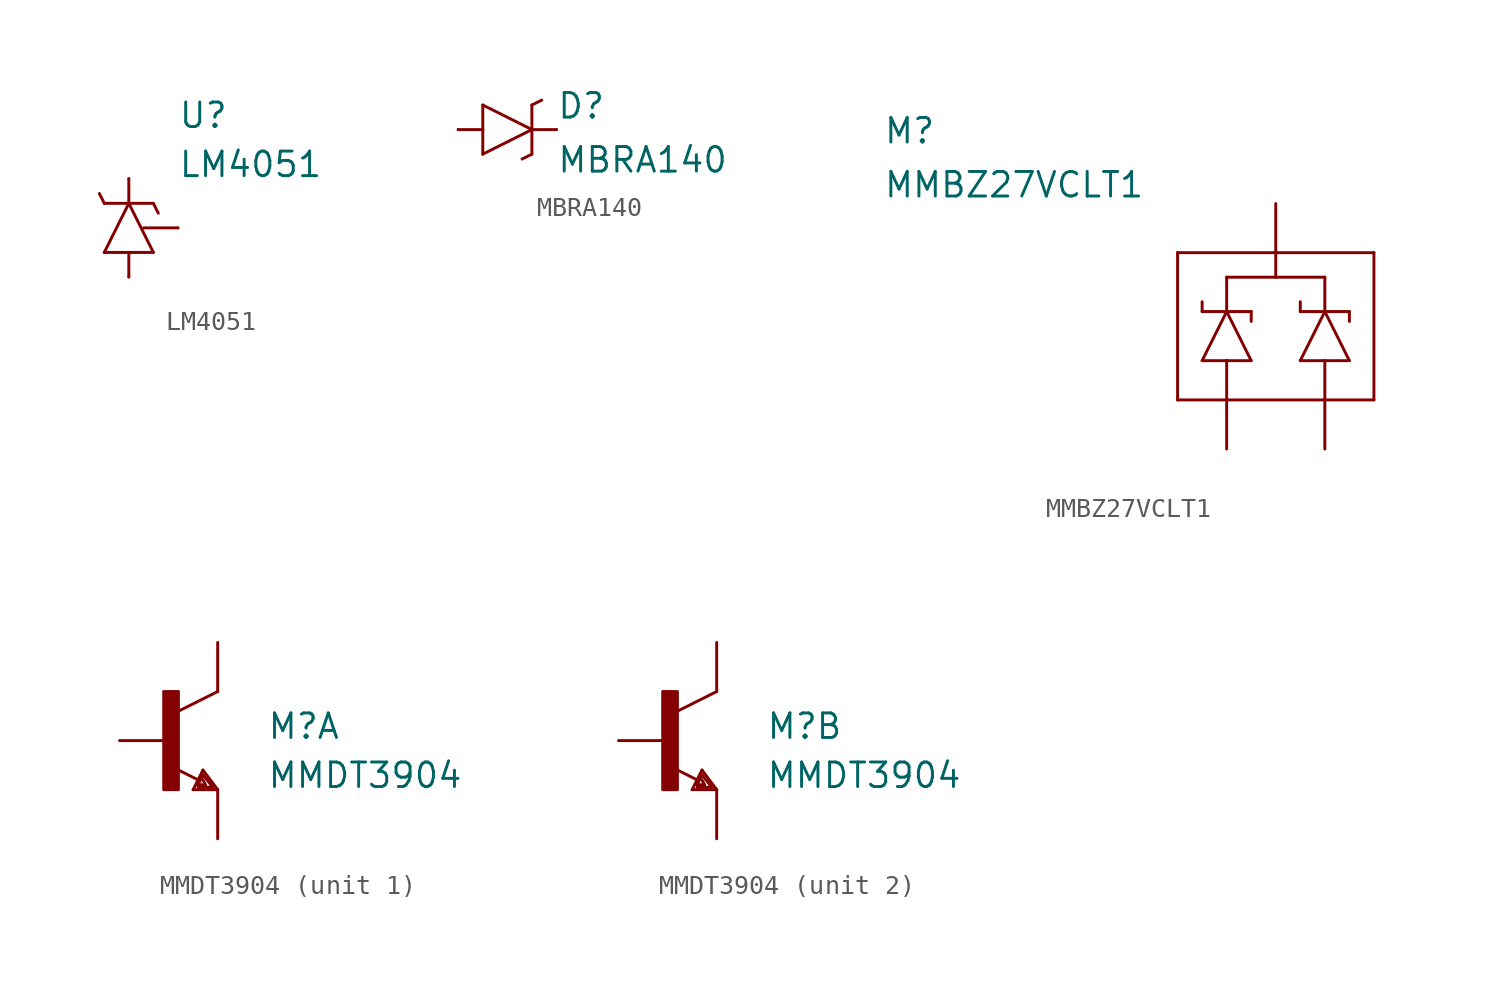
<source format=kicad_sym>
(kicad_symbol_lib
  (version 20211014)
  (generator kicad_symbol_editor)
  (symbol "LM4051"
    (pin_numbers hide)
    (pin_names
      (offset 1.016) hide)
    (property "Reference" "U"
      (at 2.54 5.08 0)
      (effects (font (size 1.27 1.27)) (justify left bottom)))
    (property "Value" "LM4051"
      (at 2.54 2.54 0)
      (effects (font (size 1.27 1.27)) (justify left bottom)))
    (property "ki_locked" ""
      (at 0 0 0)
      (effects (font (size 1.27 1.27))))
    (symbol "LM4051_1_0"
      (polyline (pts (xy -1.27 -1.27) (xy 0 -1.27)) (stroke (width 0) (type default) (color 0 0 0 0)) (fill (type none)))
      (polyline (pts (xy -1.27 1.27) (xy -1.524 1.778)) (stroke (width 0) (type default) (color 0 0 0 0)) (fill (type none)))
      (polyline (pts (xy -1.27 1.27) (xy 0 1.27)) (stroke (width 0) (type default) (color 0 0 0 0)) (fill (type none)))
      (polyline (pts (xy 0 -2.54) (xy 0 -1.27)) (stroke (width 0) (type default) (color 0 0 0 0)) (fill (type none)))
      (polyline (pts (xy 0 -1.27) (xy 1.27 -1.27)) (stroke (width 0) (type default) (color 0 0 0 0)) (fill (type none)))
      (polyline (pts (xy 0 1.27) (xy -1.27 -1.27)) (stroke (width 0) (type default) (color 0 0 0 0)) (fill (type none)))
      (polyline (pts (xy 0 1.27) (xy 1.27 1.27)) (stroke (width 0) (type default) (color 0 0 0 0)) (fill (type none)))
      (polyline (pts (xy 0 2.54) (xy 0 1.27)) (stroke (width 0) (type default) (color 0 0 0 0)) (fill (type none)))
      (polyline (pts (xy 1.27 -1.27) (xy 0 1.27)) (stroke (width 0) (type default) (color 0 0 0 0)) (fill (type none)))
      (polyline (pts (xy 1.27 1.27) (xy 1.524 0.762)) (stroke (width 0) (type default) (color 0 0 0 0)) (fill (type none)))
      (polyline (pts (xy 2.54 0) (xy 0.762 0)) (stroke (width 0) (type default) (color 0 0 0 0)) (fill (type none))))
    (symbol "LM4051_1_1"
      (pin bidirectional line (at 2.54 0 180) (length 0) (name "ADJ" (effects (font (size 1.016 1.016)))) (number "1" (effects (font (size 1.016 1.016)))))
      (pin passive line (at 0 2.54 270) (length 0) (name "C" (effects (font (size 1.016 1.016)))) (number "2" (effects (font (size 1.016 1.016)))))
      (pin passive line (at 0 -2.54 90) (length 0) (name "A" (effects (font (size 1.016 1.016)))) (number "3" (effects (font (size 1.016 1.016)))))))
  (symbol "MBRA140"
    (pin_numbers hide)
    (pin_names
      (offset 1.016) hide)
    (property "Reference" "D"
      (at 2.54 0.483 0)
      (effects (font (size 1.27 1.27)) (justify left bottom)))
    (property "Value" "MBRA140"
      (at 2.54 -2.311 0)
      (effects (font (size 1.27 1.27)) (justify left bottom)))
    (property "ki_locked" ""
      (at 0 0 0)
      (effects (font (size 1.27 1.27))))
    (symbol "MBRA140_1_0"
      (polyline (pts (xy -2.54 0) (xy -1.27 0)) (stroke (width 0) (type default) (color 0 0 0 0)) (fill (type none)))
      (polyline (pts (xy -1.27 -1.27) (xy 1.27 0)) (stroke (width 0) (type default) (color 0 0 0 0)) (fill (type none)))
      (polyline (pts (xy -1.27 0) (xy -1.27 -1.27)) (stroke (width 0) (type default) (color 0 0 0 0)) (fill (type none)))
      (polyline (pts (xy -1.27 1.27) (xy -1.27 0)) (stroke (width 0) (type default) (color 0 0 0 0)) (fill (type none)))
      (polyline (pts (xy 1.27 -1.27) (xy 0.762 -1.524)) (stroke (width 0) (type default) (color 0 0 0 0)) (fill (type none)))
      (polyline (pts (xy 1.27 0) (xy -1.27 1.27)) (stroke (width 0) (type default) (color 0 0 0 0)) (fill (type none)))
      (polyline (pts (xy 1.27 0) (xy 1.27 -1.27)) (stroke (width 0) (type default) (color 0 0 0 0)) (fill (type none)))
      (polyline (pts (xy 1.27 1.27) (xy 1.27 0)) (stroke (width 0) (type default) (color 0 0 0 0)) (fill (type none)))
      (polyline (pts (xy 1.27 1.27) (xy 1.778 1.524)) (stroke (width 0) (type default) (color 0 0 0 0)) (fill (type none)))
      (polyline (pts (xy 2.54 0) (xy 1.27 0)) (stroke (width 0) (type default) (color 0 0 0 0)) (fill (type none))))
    (symbol "MBRA140_1_1"
      (pin passive line (at -2.54 0 0) (length 0) (name "A" (effects (font (size 1.016 1.016)))) (number "A" (effects (font (size 1.016 1.016)))))
      (pin passive line (at 2.54 0 180) (length 0) (name "C" (effects (font (size 1.016 1.016)))) (number "C" (effects (font (size 1.016 1.016)))))))
  (symbol "MMBZ27VCLT1"
    (pin_numbers hide)
    (pin_names
      (offset 1.016) hide)
    (property "Reference" "M"
      (at -20.32 10.643 0)
      (effects (font (size 1.27 1.27)) (justify left bottom)))
    (property "Value" "MMBZ27VCLT1"
      (at -20.32 7.849 0)
      (effects (font (size 1.27 1.27)) (justify left bottom)))
    (property "ki_locked" ""
      (at 0 0 0)
      (effects (font (size 1.27 1.27))))
    (symbol "MMBZ27VCLT1_1_0"
      (polyline (pts (xy -5.08 -2.54) (xy -5.08 5.08)) (stroke (width 0) (type default) (color 0 0 0 0)) (fill (type none)))
      (polyline (pts (xy -5.08 5.08) (xy 0 5.08)) (stroke (width 0) (type default) (color 0 0 0 0)) (fill (type none)))
      (polyline (pts (xy -3.81 -0.508) (xy -2.54 -0.508)) (stroke (width 0) (type default) (color 0 0 0 0)) (fill (type none)))
      (polyline (pts (xy -3.81 2.032) (xy -3.81 2.54)) (stroke (width 0) (type default) (color 0 0 0 0)) (fill (type none)))
      (polyline (pts (xy -3.81 2.032) (xy -2.54 2.032)) (stroke (width 0) (type default) (color 0 0 0 0)) (fill (type none)))
      (polyline (pts (xy -2.54 -2.54) (xy -5.08 -2.54)) (stroke (width 0) (type default) (color 0 0 0 0)) (fill (type none)))
      (polyline (pts (xy -2.54 -2.54) (xy -2.54 -0.508)) (stroke (width 0) (type default) (color 0 0 0 0)) (fill (type none)))
      (polyline (pts (xy -2.54 -0.508) (xy -1.27 -0.508)) (stroke (width 0) (type default) (color 0 0 0 0)) (fill (type none)))
      (polyline (pts (xy -2.54 2.032) (xy -3.81 -0.508)) (stroke (width 0) (type default) (color 0 0 0 0)) (fill (type none)))
      (polyline (pts (xy -2.54 2.032) (xy -2.54 3.81)) (stroke (width 0) (type default) (color 0 0 0 0)) (fill (type none)))
      (polyline (pts (xy -2.54 2.032) (xy -1.27 2.032)) (stroke (width 0) (type default) (color 0 0 0 0)) (fill (type none)))
      (polyline (pts (xy -2.54 3.81) (xy 0 3.81)) (stroke (width 0) (type default) (color 0 0 0 0)) (fill (type none)))
      (polyline (pts (xy -1.27 -0.508) (xy -2.54 2.032)) (stroke (width 0) (type default) (color 0 0 0 0)) (fill (type none)))
      (polyline (pts (xy -1.27 2.032) (xy -1.27 1.524)) (stroke (width 0) (type default) (color 0 0 0 0)) (fill (type none)))
      (polyline (pts (xy 0 3.81) (xy 0 5.08)) (stroke (width 0) (type default) (color 0 0 0 0)) (fill (type none)))
      (polyline (pts (xy 0 3.81) (xy 2.54 3.81)) (stroke (width 0) (type default) (color 0 0 0 0)) (fill (type none)))
      (polyline (pts (xy 0 5.08) (xy 5.08 5.08)) (stroke (width 0) (type default) (color 0 0 0 0)) (fill (type none)))
      (polyline (pts (xy 1.27 -0.508) (xy 2.54 -0.508)) (stroke (width 0) (type default) (color 0 0 0 0)) (fill (type none)))
      (polyline (pts (xy 1.27 2.032) (xy 1.27 2.54)) (stroke (width 0) (type default) (color 0 0 0 0)) (fill (type none)))
      (polyline (pts (xy 1.27 2.032) (xy 2.54 2.032)) (stroke (width 0) (type default) (color 0 0 0 0)) (fill (type none)))
      (polyline (pts (xy 2.54 -2.54) (xy -2.54 -2.54)) (stroke (width 0) (type default) (color 0 0 0 0)) (fill (type none)))
      (polyline (pts (xy 2.54 -2.54) (xy 2.54 -0.508)) (stroke (width 0) (type default) (color 0 0 0 0)) (fill (type none)))
      (polyline (pts (xy 2.54 -0.508) (xy 3.81 -0.508)) (stroke (width 0) (type default) (color 0 0 0 0)) (fill (type none)))
      (polyline (pts (xy 2.54 2.032) (xy 1.27 -0.508)) (stroke (width 0) (type default) (color 0 0 0 0)) (fill (type none)))
      (polyline (pts (xy 2.54 2.032) (xy 3.81 2.032)) (stroke (width 0) (type default) (color 0 0 0 0)) (fill (type none)))
      (polyline (pts (xy 2.54 3.81) (xy 2.54 2.032)) (stroke (width 0) (type default) (color 0 0 0 0)) (fill (type none)))
      (polyline (pts (xy 3.81 -0.508) (xy 2.54 2.032)) (stroke (width 0) (type default) (color 0 0 0 0)) (fill (type none)))
      (polyline (pts (xy 3.81 2.032) (xy 3.81 1.524)) (stroke (width 0) (type default) (color 0 0 0 0)) (fill (type none)))
      (polyline (pts (xy 5.08 -2.54) (xy 2.54 -2.54)) (stroke (width 0) (type default) (color 0 0 0 0)) (fill (type none)))
      (polyline (pts (xy 5.08 5.08) (xy 5.08 -2.54)) (stroke (width 0) (type default) (color 0 0 0 0)) (fill (type none))))
    (symbol "MMBZ27VCLT1_1_1"
      (pin passive line (at -2.54 -5.08 90) (length 2.54) (name "A1" (effects (font (size 1.016 1.016)))) (number "1" (effects (font (size 1.016 1.016)))))
      (pin passive line (at 2.54 -5.08 90) (length 2.54) (name "A2" (effects (font (size 1.016 1.016)))) (number "2" (effects (font (size 1.016 1.016)))))
      (pin passive line (at 0 7.62 270) (length 2.54) (name "C" (effects (font (size 1.016 1.016)))) (number "3" (effects (font (size 1.016 1.016)))))))
  (symbol "MMDT3904"
    (pin_numbers hide)
    (pin_names
      (offset 1.016) hide)
    (property "Reference" "M"
      (at 5.08 0 0)
      (effects (font (size 1.27 1.27)) (justify left bottom)))
    (property "Value" "MMDT3904"
      (at 5.08 -2.54 0)
      (effects (font (size 1.27 1.27)) (justify left bottom)))
    (property "ki_locked" ""
      (at 0 0 0)
      (effects (font (size 1.27 1.27))))
    (symbol "MMDT3904_1_0"
      (polyline (pts (xy 1.27 -2.54) (xy 1.778 -1.524)) (stroke (width 0) (type default) (color 0 0 0 0)) (fill (type none)))
      (polyline (pts (xy 1.524 -2.413) (xy 2.286 -2.413)) (stroke (width 0) (type default) (color 0 0 0 0)) (fill (type none)))
      (polyline (pts (xy 1.524 -2.286) (xy 1.905 -2.286)) (stroke (width 0) (type default) (color 0 0 0 0)) (fill (type none)))
      (polyline (pts (xy 1.524 -2.032) (xy 0.305 -1.422)) (stroke (width 0) (type default) (color 0 0 0 0)) (fill (type none)))
      (polyline (pts (xy 1.778 -1.778) (xy 1.524 -2.286)) (stroke (width 0) (type default) (color 0 0 0 0)) (fill (type none)))
      (polyline (pts (xy 1.778 -1.524) (xy 2.54 -2.54)) (stroke (width 0) (type default) (color 0 0 0 0)) (fill (type none)))
      (polyline (pts (xy 1.905 -2.286) (xy 1.778 -2.032)) (stroke (width 0) (type default) (color 0 0 0 0)) (fill (type none)))
      (polyline (pts (xy 2.286 -2.413) (xy 1.778 -1.778)) (stroke (width 0) (type default) (color 0 0 0 0)) (fill (type none)))
      (polyline (pts (xy 2.54 -2.54) (xy 1.27 -2.54)) (stroke (width 0) (type default) (color 0 0 0 0)) (fill (type none)))
      (polyline (pts (xy 2.54 2.54) (xy 0.508 1.524)) (stroke (width 0) (type default) (color 0 0 0 0)) (fill (type none))))
    (symbol "MMDT3904_1_1"
      (rectangle (start -0.254 -2.54) (end 0.508 2.54) (stroke (width 0) (type default) (color 0 0 0 0)) (fill (type outline)))
      (pin passive line (at 2.54 5.08 270) (length 2.54) (name "C" (effects (font (size 1.016 1.016)))) (number "3" (effects (font (size 1.016 1.016)))))
      (pin passive line (at 2.54 -5.08 90) (length 2.54) (name "E" (effects (font (size 1.016 1.016)))) (number "4" (effects (font (size 1.016 1.016)))))
      (pin passive line (at -2.54 0 0) (length 2.54) (name "B" (effects (font (size 1.016 1.016)))) (number "5" (effects (font (size 1.016 1.016))))))
    (symbol "MMDT3904_2_0"
      (polyline (pts (xy 1.27 -2.54) (xy 1.778 -1.524)) (stroke (width 0) (type default) (color 0 0 0 0)) (fill (type none)))
      (polyline (pts (xy 1.524 -2.413) (xy 2.286 -2.413)) (stroke (width 0) (type default) (color 0 0 0 0)) (fill (type none)))
      (polyline (pts (xy 1.524 -2.286) (xy 1.905 -2.286)) (stroke (width 0) (type default) (color 0 0 0 0)) (fill (type none)))
      (polyline (pts (xy 1.524 -2.032) (xy 0.305 -1.422)) (stroke (width 0) (type default) (color 0 0 0 0)) (fill (type none)))
      (polyline (pts (xy 1.778 -1.778) (xy 1.524 -2.286)) (stroke (width 0) (type default) (color 0 0 0 0)) (fill (type none)))
      (polyline (pts (xy 1.778 -1.524) (xy 2.54 -2.54)) (stroke (width 0) (type default) (color 0 0 0 0)) (fill (type none)))
      (polyline (pts (xy 1.905 -2.286) (xy 1.778 -2.032)) (stroke (width 0) (type default) (color 0 0 0 0)) (fill (type none)))
      (polyline (pts (xy 2.286 -2.413) (xy 1.778 -1.778)) (stroke (width 0) (type default) (color 0 0 0 0)) (fill (type none)))
      (polyline (pts (xy 2.54 -2.54) (xy 1.27 -2.54)) (stroke (width 0) (type default) (color 0 0 0 0)) (fill (type none)))
      (polyline (pts (xy 2.54 2.54) (xy 0.508 1.524)) (stroke (width 0) (type default) (color 0 0 0 0)) (fill (type none))))
    (symbol "MMDT3904_2_1"
      (rectangle (start -0.254 -2.54) (end 0.508 2.54) (stroke (width 0) (type default) (color 0 0 0 0)) (fill (type outline)))
      (pin passive line (at 2.54 -5.08 90) (length 2.54) (name "E" (effects (font (size 1.016 1.016)))) (number "1" (effects (font (size 1.016 1.016)))))
      (pin passive line (at -2.54 0 0) (length 2.54) (name "B" (effects (font (size 1.016 1.016)))) (number "2" (effects (font (size 1.016 1.016)))))
      (pin passive line (at 2.54 5.08 270) (length 2.54) (name "C" (effects (font (size 1.016 1.016)))) (number "6" (effects (font (size 1.016 1.016))))))))
</source>
